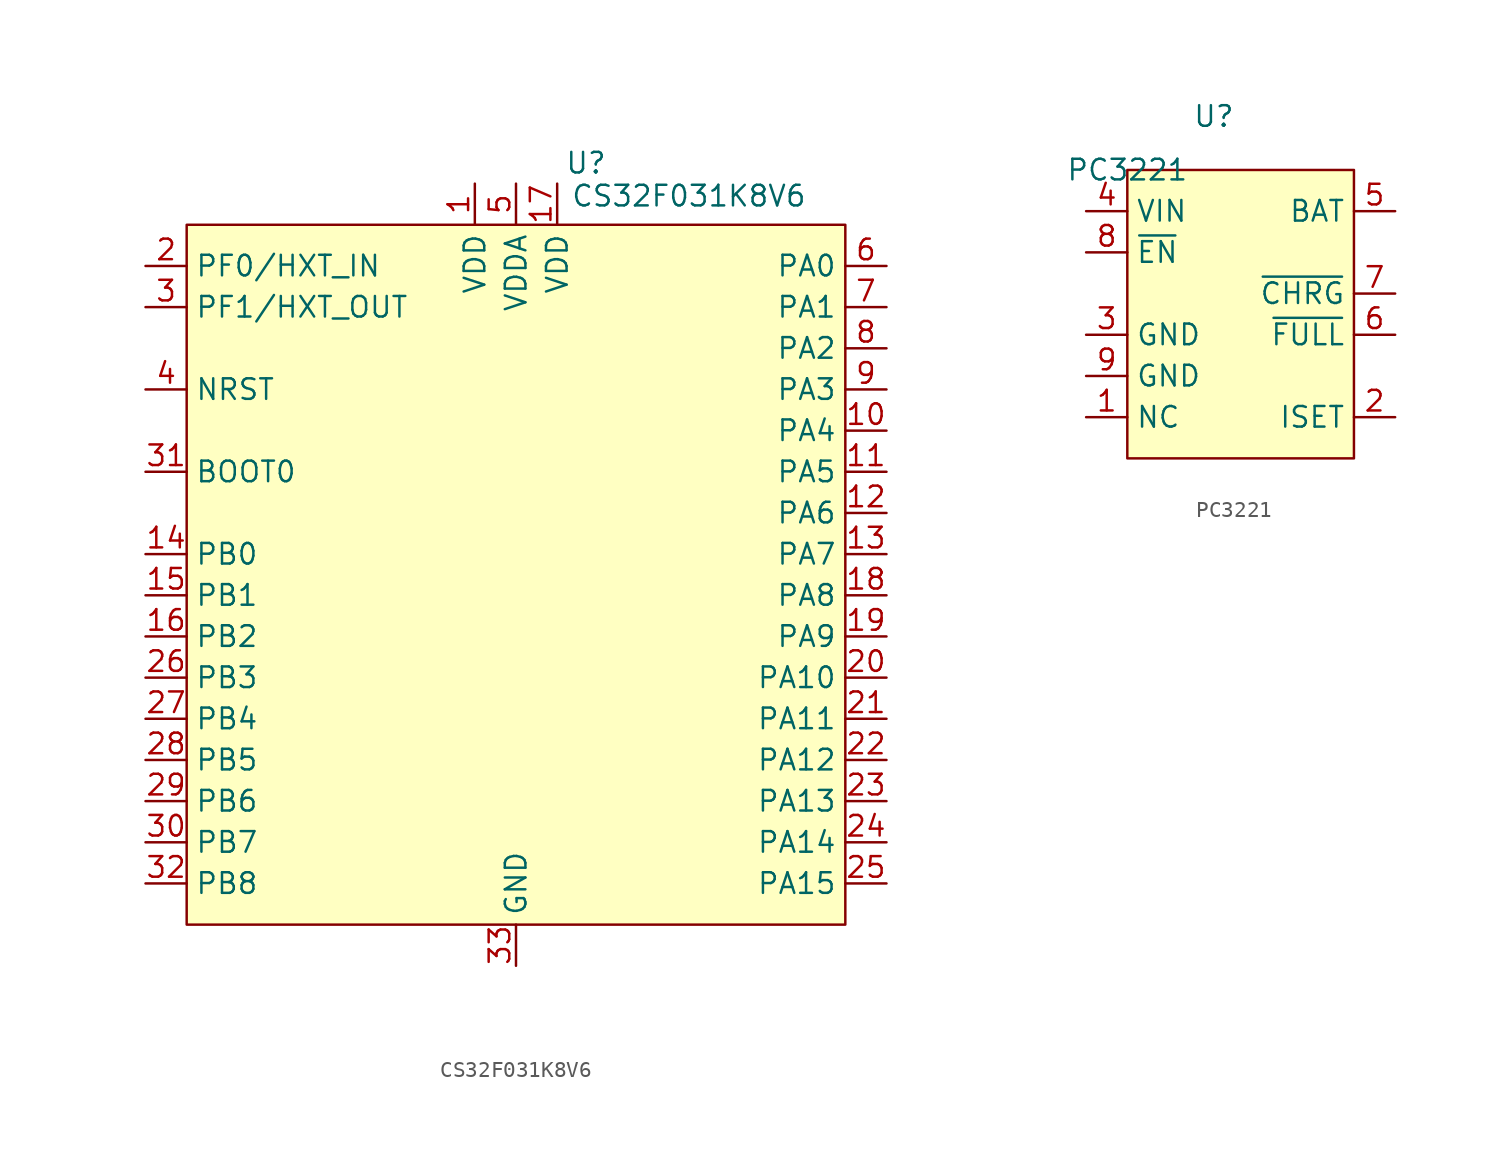
<source format=kicad_sym>
(kicad_symbol_lib
  (version 20241209)
  (generator "kicad_symbol_editor")
  (generator_version "9.0")
  (symbol "CS32F031K8V6"
    (property "Reference" "U"
      (at 24.638 3.81 0)
      (effects (font (size 1.27 1.27))))
    (property "Value" "CS32F031K8V6"
      (at 30.988 1.778 0)
      (effects (font (size 1.27 1.27))))
    (symbol "CS32F031K8V6_1_1"
      (rectangle (start 0 0) (end 40.64 -43.18) (stroke (width 0) (type solid)) (fill (type background)))
      (pin bidirectional line (at -2.54 -2.54 0) (length 2.54) (name "PF0/HXT_IN" (effects (font (size 1.27 1.27)))) (number "2" (effects (font (size 1.27 1.27)))))
      (pin bidirectional line (at -2.54 -5.08 0) (length 2.54) (name "PF1/HXT_OUT" (effects (font (size 1.27 1.27)))) (number "3" (effects (font (size 1.27 1.27)))))
      (pin bidirectional line (at -2.54 -10.16 0) (length 2.54) (name "NRST" (effects (font (size 1.27 1.27)))) (number "4" (effects (font (size 1.27 1.27)))))
      (pin input line (at -2.54 -15.24 0) (length 2.54) (name "BOOT0" (effects (font (size 1.27 1.27)))) (number "31" (effects (font (size 1.27 1.27)))))
      (pin bidirectional line (at -2.54 -20.32 0) (length 2.54) (name "PB0" (effects (font (size 1.27 1.27)))) (number "14" (effects (font (size 1.27 1.27)))))
      (pin bidirectional line (at -2.54 -22.86 0) (length 2.54) (name "PB1" (effects (font (size 1.27 1.27)))) (number "15" (effects (font (size 1.27 1.27)))))
      (pin bidirectional line (at -2.54 -25.4 0) (length 2.54) (name "PB2" (effects (font (size 1.27 1.27)))) (number "16" (effects (font (size 1.27 1.27)))))
      (pin bidirectional line (at -2.54 -27.94 0) (length 2.54) (name "PB3" (effects (font (size 1.27 1.27)))) (number "26" (effects (font (size 1.27 1.27)))))
      (pin bidirectional line (at -2.54 -30.48 0) (length 2.54) (name "PB4" (effects (font (size 1.27 1.27)))) (number "27" (effects (font (size 1.27 1.27)))))
      (pin bidirectional line (at -2.54 -33.02 0) (length 2.54) (name "PB5" (effects (font (size 1.27 1.27)))) (number "28" (effects (font (size 1.27 1.27)))))
      (pin bidirectional line (at -2.54 -35.56 0) (length 2.54) (name "PB6" (effects (font (size 1.27 1.27)))) (number "29" (effects (font (size 1.27 1.27)))))
      (pin bidirectional line (at -2.54 -38.1 0) (length 2.54) (name "PB7" (effects (font (size 1.27 1.27)))) (number "30" (effects (font (size 1.27 1.27)))))
      (pin bidirectional line (at -2.54 -40.64 0) (length 2.54) (name "PB8" (effects (font (size 1.27 1.27)))) (number "32" (effects (font (size 1.27 1.27)))))
      (pin power_in line (at 17.78 2.54 270) (length 2.54) (name "VDD" (effects (font (size 1.27 1.27)))) (number "1" (effects (font (size 1.27 1.27)))))
      (pin power_in line (at 20.32 2.54 270) (length 2.54) (name "VDDA" (effects (font (size 1.27 1.27)))) (number "5" (effects (font (size 1.27 1.27)))))
      (pin power_in line (at 20.32 -45.72 90) (length 2.54) (name "GND" (effects (font (size 1.27 1.27)))) (number "33" (effects (font (size 1.27 1.27)))))
      (pin power_in line (at 22.86 2.54 270) (length 2.54) (name "VDD" (effects (font (size 1.27 1.27)))) (number "17" (effects (font (size 1.27 1.27)))))
      (pin bidirectional line (at 43.18 -2.54 180) (length 2.54) (name "PA0" (effects (font (size 1.27 1.27)))) (number "6" (effects (font (size 1.27 1.27)))))
      (pin bidirectional line (at 43.18 -5.08 180) (length 2.54) (name "PA1" (effects (font (size 1.27 1.27)))) (number "7" (effects (font (size 1.27 1.27)))))
      (pin bidirectional line (at 43.18 -7.62 180) (length 2.54) (name "PA2" (effects (font (size 1.27 1.27)))) (number "8" (effects (font (size 1.27 1.27)))))
      (pin bidirectional line (at 43.18 -10.16 180) (length 2.54) (name "PA3" (effects (font (size 1.27 1.27)))) (number "9" (effects (font (size 1.27 1.27)))))
      (pin bidirectional line (at 43.18 -12.7 180) (length 2.54) (name "PA4" (effects (font (size 1.27 1.27)))) (number "10" (effects (font (size 1.27 1.27)))))
      (pin bidirectional line (at 43.18 -15.24 180) (length 2.54) (name "PA5" (effects (font (size 1.27 1.27)))) (number "11" (effects (font (size 1.27 1.27)))))
      (pin bidirectional line (at 43.18 -17.78 180) (length 2.54) (name "PA6" (effects (font (size 1.27 1.27)))) (number "12" (effects (font (size 1.27 1.27)))))
      (pin bidirectional line (at 43.18 -20.32 180) (length 2.54) (name "PA7" (effects (font (size 1.27 1.27)))) (number "13" (effects (font (size 1.27 1.27)))))
      (pin bidirectional line (at 43.18 -22.86 180) (length 2.54) (name "PA8" (effects (font (size 1.27 1.27)))) (number "18" (effects (font (size 1.27 1.27)))))
      (pin bidirectional line (at 43.18 -25.4 180) (length 2.54) (name "PA9" (effects (font (size 1.27 1.27)))) (number "19" (effects (font (size 1.27 1.27)))))
      (pin bidirectional line (at 43.18 -27.94 180) (length 2.54) (name "PA10" (effects (font (size 1.27 1.27)))) (number "20" (effects (font (size 1.27 1.27)))))
      (pin bidirectional line (at 43.18 -30.48 180) (length 2.54) (name "PA11" (effects (font (size 1.27 1.27)))) (number "21" (effects (font (size 1.27 1.27)))))
      (pin bidirectional line (at 43.18 -33.02 180) (length 2.54) (name "PA12" (effects (font (size 1.27 1.27)))) (number "22" (effects (font (size 1.27 1.27)))))
      (pin bidirectional line (at 43.18 -35.56 180) (length 2.54) (name "PA13" (effects (font (size 1.27 1.27)))) (number "23" (effects (font (size 1.27 1.27)))))
      (pin bidirectional line (at 43.18 -38.1 180) (length 2.54) (name "PA14" (effects (font (size 1.27 1.27)))) (number "24" (effects (font (size 1.27 1.27)))))
      (pin bidirectional line (at 43.18 -40.64 180) (length 2.54) (name "PA15" (effects (font (size 1.27 1.27)))) (number "25" (effects (font (size 1.27 1.27)))))))
  (symbol "PC3221"
    (property "Reference" "U"
      (at 5.334 3.302 0)
      (effects (font (size 1.27 1.27))))
    (property "Value" "PC3221"
      (at 0 0 0)
      (effects (font (size 1.27 1.27))))
    (symbol "PC3221_1_1"
      (rectangle (start 0 0) (end 13.97 -17.78) (stroke (width 0) (type solid)) (fill (type background)))
      (pin power_in line (at -2.54 -2.54 0) (length 2.54) (name "VIN" (effects (font (size 1.27 1.27)))) (number "4" (effects (font (size 1.27 1.27)))))
      (pin input line (at -2.54 -5.08 0) (length 2.54) (name "~{EN}" (effects (font (size 1.27 1.27)))) (number "8" (effects (font (size 1.27 1.27)))))
      (pin power_in line (at -2.54 -10.16 0) (length 2.54) (name "GND" (effects (font (size 1.27 1.27)))) (number "3" (effects (font (size 1.27 1.27)))))
      (pin power_in line (at -2.54 -12.7 0) (length 2.54) (name "GND" (effects (font (size 1.27 1.27)))) (number "9" (effects (font (size 1.27 1.27)))))
      (pin unspecified line (at -2.54 -15.24 0) (length 2.54) (name "NC" (effects (font (size 1.27 1.27)))) (number "1" (effects (font (size 1.27 1.27)))))
      (pin power_in line (at 16.51 -2.54 180) (length 2.54) (name "BAT" (effects (font (size 1.27 1.27)))) (number "5" (effects (font (size 1.27 1.27)))))
      (pin open_collector line (at 16.51 -7.62 180) (length 2.54) (name "~{CHRG}" (effects (font (size 1.27 1.27)))) (number "7" (effects (font (size 1.27 1.27)))))
      (pin open_collector line (at 16.51 -10.16 180) (length 2.54) (name "~{FULL}" (effects (font (size 1.27 1.27)))) (number "6" (effects (font (size 1.27 1.27)))))
      (pin passive line (at 16.51 -15.24 180) (length 2.54) (name "ISET" (effects (font (size 1.27 1.27)))) (number "2" (effects (font (size 1.27 1.27))))))))
</source>
